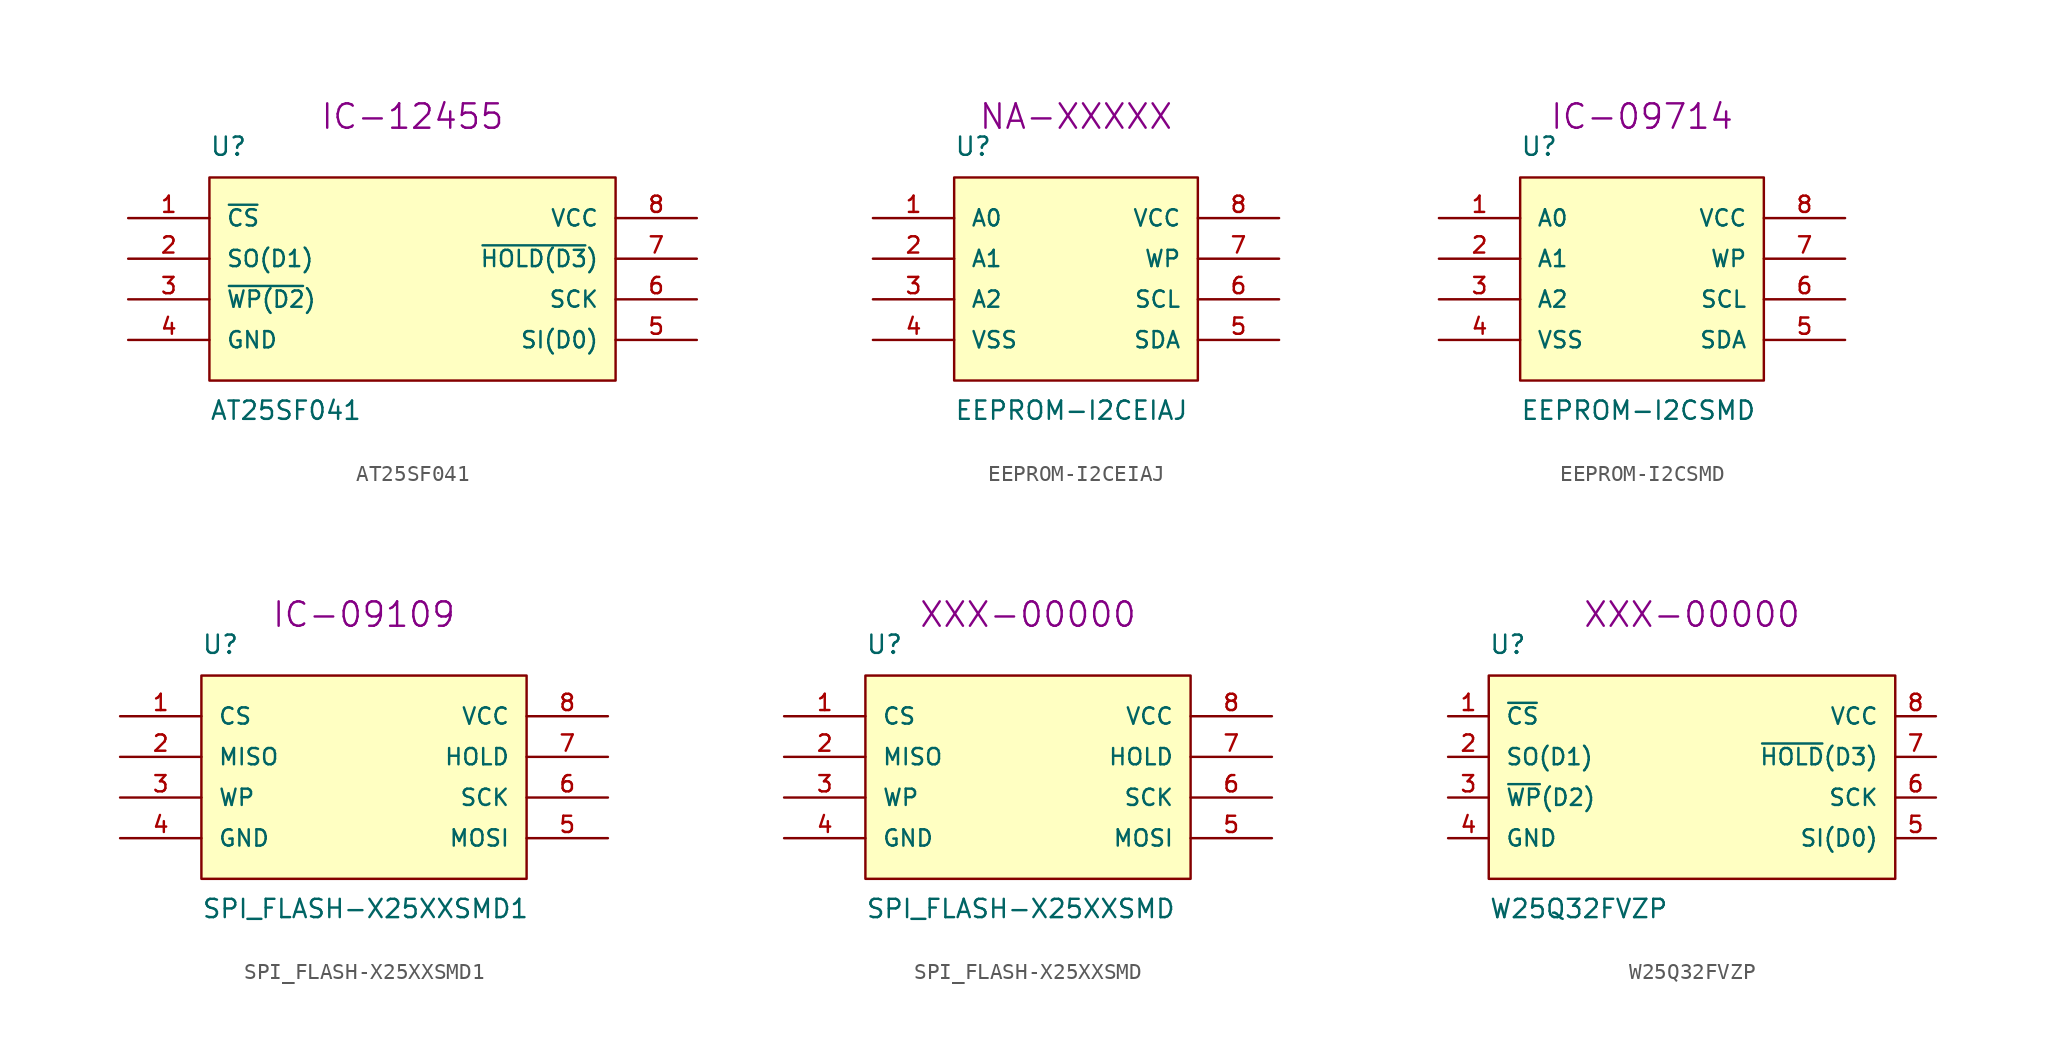
<source format=kicad_sym>
(kicad_symbol_lib
  (version 20211014)
  (generator kicad_symbol_editor)
  (symbol "AT25SF041"
    (pin_names
      (offset 1.016))
    (property "Reference" "U"
      (at -12.7 7.62 0)
      (effects (font (size 1.143 1.143)) (justify left bottom)))
    (property "Value" "AT25SF041"
      (at -12.7 -8.89 0)
      (effects (font (size 1.143 1.143)) (justify left bottom)))
    (property "Field4" "IC-12455"
      (at 0 10.16 0)
      (effects (font (size 1.524 1.524))))
    (property "ki_locked" ""
      (at 0 0 0)
      (effects (font (size 1.27 1.27))))
    (symbol "AT25SF041_1_1"
      (polyline (pts (xy -12.7 -6.35) (xy -12.7 6.35) (xy 12.7 6.35) (xy 12.7 -6.35) (xy -12.7 -6.35)) (stroke (width 0) (type default) (color 0 0 0 0)) (fill (type background)))
      (pin bidirectional line (at -17.78 3.81 0) (length 5.08) (name "~{CS}" (effects (font (size 1.016 1.016)))) (number "1" (effects (font (size 1.016 1.016)))))
      (pin bidirectional line (at -17.78 1.27 0) (length 5.08) (name "SO(D1)" (effects (font (size 1.016 1.016)))) (number "2" (effects (font (size 1.016 1.016)))))
      (pin bidirectional line (at -17.78 -1.27 0) (length 5.08) (name "~{WP(D2})" (effects (font (size 1.016 1.016)))) (number "3" (effects (font (size 1.016 1.016)))))
      (pin bidirectional line (at -17.78 -3.81 0) (length 5.08) (name "GND" (effects (font (size 1.016 1.016)))) (number "4" (effects (font (size 1.016 1.016)))))
      (pin bidirectional line (at 17.78 -3.81 180) (length 5.08) (name "SI(D0)" (effects (font (size 1.016 1.016)))) (number "5" (effects (font (size 1.016 1.016)))))
      (pin bidirectional line (at 17.78 -1.27 180) (length 5.08) (name "SCK" (effects (font (size 1.016 1.016)))) (number "6" (effects (font (size 1.016 1.016)))))
      (pin bidirectional line (at 17.78 1.27 180) (length 5.08) (name "~{HOLD(D3})" (effects (font (size 1.016 1.016)))) (number "7" (effects (font (size 1.016 1.016)))))
      (pin bidirectional line (at 17.78 3.81 180) (length 5.08) (name "VCC" (effects (font (size 1.016 1.016)))) (number "8" (effects (font (size 1.016 1.016)))))))
  (symbol "EEPROM-I2CEIAJ"
    (pin_names
      (offset 1.016))
    (property "Reference" "U"
      (at -7.62 7.62 0)
      (effects (font (size 1.143 1.143)) (justify left bottom)))
    (property "Value" "EEPROM-I2CEIAJ"
      (at -7.62 -8.89 0)
      (effects (font (size 1.143 1.143)) (justify left bottom)))
    (property "Field4" "NA-XXXXX"
      (at 0 10.16 0)
      (effects (font (size 1.524 1.524))))
    (property "ki_locked" ""
      (at 0 0 0)
      (effects (font (size 1.27 1.27))))
    (symbol "EEPROM-I2CEIAJ_1_1"
      (polyline (pts (xy 7.62 -6.35) (xy -7.62 -6.35) (xy -7.62 6.35) (xy 7.62 6.35) (xy 7.62 -6.35)) (stroke (width 0) (type default) (color 0 0 0 0)) (fill (type background)))
      (pin bidirectional line (at -12.7 3.81 0) (length 5.08) (name "A0" (effects (font (size 1.016 1.016)))) (number "1" (effects (font (size 1.016 1.016)))))
      (pin bidirectional line (at -12.7 1.27 0) (length 5.08) (name "A1" (effects (font (size 1.016 1.016)))) (number "2" (effects (font (size 1.016 1.016)))))
      (pin bidirectional line (at -12.7 -1.27 0) (length 5.08) (name "A2" (effects (font (size 1.016 1.016)))) (number "3" (effects (font (size 1.016 1.016)))))
      (pin power_in line (at -12.7 -3.81 0) (length 5.08) (name "VSS" (effects (font (size 1.016 1.016)))) (number "4" (effects (font (size 1.016 1.016)))))
      (pin bidirectional line (at 12.7 -3.81 180) (length 5.08) (name "SDA" (effects (font (size 1.016 1.016)))) (number "5" (effects (font (size 1.016 1.016)))))
      (pin bidirectional line (at 12.7 -1.27 180) (length 5.08) (name "SCL" (effects (font (size 1.016 1.016)))) (number "6" (effects (font (size 1.016 1.016)))))
      (pin bidirectional line (at 12.7 1.27 180) (length 5.08) (name "WP" (effects (font (size 1.016 1.016)))) (number "7" (effects (font (size 1.016 1.016)))))
      (pin power_in line (at 12.7 3.81 180) (length 5.08) (name "VCC" (effects (font (size 1.016 1.016)))) (number "8" (effects (font (size 1.016 1.016)))))))
  (symbol "EEPROM-I2CSMD"
    (pin_names
      (offset 1.016))
    (property "Reference" "U"
      (at -7.62 7.62 0)
      (effects (font (size 1.143 1.143)) (justify left bottom)))
    (property "Value" "EEPROM-I2CSMD"
      (at -7.62 -8.89 0)
      (effects (font (size 1.143 1.143)) (justify left bottom)))
    (property "Field4" "IC-09714"
      (at 0 10.16 0)
      (effects (font (size 1.524 1.524))))
    (property "ki_locked" ""
      (at 0 0 0)
      (effects (font (size 1.27 1.27))))
    (symbol "EEPROM-I2CSMD_1_1"
      (polyline (pts (xy 7.62 -6.35) (xy -7.62 -6.35) (xy -7.62 6.35) (xy 7.62 6.35) (xy 7.62 -6.35)) (stroke (width 0) (type default) (color 0 0 0 0)) (fill (type background)))
      (pin bidirectional line (at -12.7 3.81 0) (length 5.08) (name "A0" (effects (font (size 1.016 1.016)))) (number "1" (effects (font (size 1.016 1.016)))))
      (pin bidirectional line (at -12.7 1.27 0) (length 5.08) (name "A1" (effects (font (size 1.016 1.016)))) (number "2" (effects (font (size 1.016 1.016)))))
      (pin bidirectional line (at -12.7 -1.27 0) (length 5.08) (name "A2" (effects (font (size 1.016 1.016)))) (number "3" (effects (font (size 1.016 1.016)))))
      (pin power_in line (at -12.7 -3.81 0) (length 5.08) (name "VSS" (effects (font (size 1.016 1.016)))) (number "4" (effects (font (size 1.016 1.016)))))
      (pin bidirectional line (at 12.7 -3.81 180) (length 5.08) (name "SDA" (effects (font (size 1.016 1.016)))) (number "5" (effects (font (size 1.016 1.016)))))
      (pin bidirectional line (at 12.7 -1.27 180) (length 5.08) (name "SCL" (effects (font (size 1.016 1.016)))) (number "6" (effects (font (size 1.016 1.016)))))
      (pin bidirectional line (at 12.7 1.27 180) (length 5.08) (name "WP" (effects (font (size 1.016 1.016)))) (number "7" (effects (font (size 1.016 1.016)))))
      (pin power_in line (at 12.7 3.81 180) (length 5.08) (name "VCC" (effects (font (size 1.016 1.016)))) (number "8" (effects (font (size 1.016 1.016)))))))
  (symbol "SPI_FLASH-X25XXSMD1"
    (pin_names
      (offset 1.016))
    (property "Reference" "U"
      (at -10.16 7.62 0)
      (effects (font (size 1.143 1.143)) (justify left bottom)))
    (property "Value" "SPI_FLASH-X25XXSMD1"
      (at -10.16 -8.89 0)
      (effects (font (size 1.143 1.143)) (justify left bottom)))
    (property "Field4" "IC-09109"
      (at 0 10.16 0)
      (effects (font (size 1.524 1.524))))
    (property "ki_locked" ""
      (at 0 0 0)
      (effects (font (size 1.27 1.27))))
    (symbol "SPI_FLASH-X25XXSMD1_1_1"
      (polyline (pts (xy -10.16 6.35) (xy -10.16 -6.35) (xy 10.16 -6.35) (xy 10.16 6.35) (xy -10.16 6.35)) (stroke (width 0) (type default) (color 0 0 0 0)) (fill (type background)))
      (pin bidirectional line (at -15.24 3.81 0) (length 5.08) (name "CS" (effects (font (size 1.016 1.016)))) (number "1" (effects (font (size 1.016 1.016)))))
      (pin bidirectional line (at -15.24 1.27 0) (length 5.08) (name "MISO" (effects (font (size 1.016 1.016)))) (number "2" (effects (font (size 1.016 1.016)))))
      (pin bidirectional line (at -15.24 -1.27 0) (length 5.08) (name "WP" (effects (font (size 1.016 1.016)))) (number "3" (effects (font (size 1.016 1.016)))))
      (pin power_in line (at -15.24 -3.81 0) (length 5.08) (name "GND" (effects (font (size 1.016 1.016)))) (number "4" (effects (font (size 1.016 1.016)))))
      (pin bidirectional line (at 15.24 -3.81 180) (length 5.08) (name "MOSI" (effects (font (size 1.016 1.016)))) (number "5" (effects (font (size 1.016 1.016)))))
      (pin bidirectional line (at 15.24 -1.27 180) (length 5.08) (name "SCK" (effects (font (size 1.016 1.016)))) (number "6" (effects (font (size 1.016 1.016)))))
      (pin bidirectional line (at 15.24 1.27 180) (length 5.08) (name "HOLD" (effects (font (size 1.016 1.016)))) (number "7" (effects (font (size 1.016 1.016)))))
      (pin power_in line (at 15.24 3.81 180) (length 5.08) (name "VCC" (effects (font (size 1.016 1.016)))) (number "8" (effects (font (size 1.016 1.016)))))))
  (symbol "SPI_FLASH-X25XXSMD"
    (pin_names
      (offset 1.016))
    (property "Reference" "U"
      (at -10.16 7.62 0)
      (effects (font (size 1.143 1.143)) (justify left bottom)))
    (property "Value" "SPI_FLASH-X25XXSMD"
      (at -10.16 -8.89 0)
      (effects (font (size 1.143 1.143)) (justify left bottom)))
    (property "Field4" "XXX-00000"
      (at 0 10.16 0)
      (effects (font (size 1.524 1.524))))
    (property "ki_locked" ""
      (at 0 0 0)
      (effects (font (size 1.27 1.27))))
    (symbol "SPI_FLASH-X25XXSMD_1_1"
      (polyline (pts (xy -10.16 6.35) (xy -10.16 -6.35) (xy 10.16 -6.35) (xy 10.16 6.35) (xy -10.16 6.35)) (stroke (width 0) (type default) (color 0 0 0 0)) (fill (type background)))
      (pin bidirectional line (at -15.24 3.81 0) (length 5.08) (name "CS" (effects (font (size 1.016 1.016)))) (number "1" (effects (font (size 1.016 1.016)))))
      (pin bidirectional line (at -15.24 1.27 0) (length 5.08) (name "MISO" (effects (font (size 1.016 1.016)))) (number "2" (effects (font (size 1.016 1.016)))))
      (pin bidirectional line (at -15.24 -1.27 0) (length 5.08) (name "WP" (effects (font (size 1.016 1.016)))) (number "3" (effects (font (size 1.016 1.016)))))
      (pin power_in line (at -15.24 -3.81 0) (length 5.08) (name "GND" (effects (font (size 1.016 1.016)))) (number "4" (effects (font (size 1.016 1.016)))))
      (pin bidirectional line (at 15.24 -3.81 180) (length 5.08) (name "MOSI" (effects (font (size 1.016 1.016)))) (number "5" (effects (font (size 1.016 1.016)))))
      (pin bidirectional line (at 15.24 -1.27 180) (length 5.08) (name "SCK" (effects (font (size 1.016 1.016)))) (number "6" (effects (font (size 1.016 1.016)))))
      (pin bidirectional line (at 15.24 1.27 180) (length 5.08) (name "HOLD" (effects (font (size 1.016 1.016)))) (number "7" (effects (font (size 1.016 1.016)))))
      (pin power_in line (at 15.24 3.81 180) (length 5.08) (name "VCC" (effects (font (size 1.016 1.016)))) (number "8" (effects (font (size 1.016 1.016)))))))
  (symbol "W25Q32FVZP"
    (pin_names
      (offset 1.016))
    (property "Reference" "U"
      (at -12.7 7.62 0)
      (effects (font (size 1.143 1.143)) (justify left bottom)))
    (property "Value" "W25Q32FVZP"
      (at -12.7 -8.89 0)
      (effects (font (size 1.143 1.143)) (justify left bottom)))
    (property "Field4" "XXX-00000"
      (at 0 10.16 0)
      (effects (font (size 1.524 1.524))))
    (property "ki_locked" ""
      (at 0 0 0)
      (effects (font (size 1.27 1.27))))
    (symbol "W25Q32FVZP_1_1"
      (polyline (pts (xy -12.7 -6.35) (xy -12.7 6.35) (xy 12.7 6.35) (xy 12.7 -6.35) (xy -12.7 -6.35)) (stroke (width 0) (type default) (color 0 0 0 0)) (fill (type background)))
      (pin bidirectional line (at -15.24 3.81 0) (length 2.54) (name "~{CS}" (effects (font (size 1.016 1.016)))) (number "1" (effects (font (size 1.016 1.016)))))
      (pin bidirectional line (at -15.24 1.27 0) (length 2.54) (name "SO(D1)" (effects (font (size 1.016 1.016)))) (number "2" (effects (font (size 1.016 1.016)))))
      (pin bidirectional line (at -15.24 -1.27 0) (length 2.54) (name "~{WP}(D2)" (effects (font (size 1.016 1.016)))) (number "3" (effects (font (size 1.016 1.016)))))
      (pin bidirectional line (at -15.24 -3.81 0) (length 2.54) (name "GND" (effects (font (size 1.016 1.016)))) (number "4" (effects (font (size 1.016 1.016)))))
      (pin bidirectional line (at 15.24 -3.81 180) (length 2.54) (name "SI(D0)" (effects (font (size 1.016 1.016)))) (number "5" (effects (font (size 1.016 1.016)))))
      (pin bidirectional line (at 15.24 -1.27 180) (length 2.54) (name "SCK" (effects (font (size 1.016 1.016)))) (number "6" (effects (font (size 1.016 1.016)))))
      (pin bidirectional line (at 15.24 1.27 180) (length 2.54) (name "~{HOLD}(D3)" (effects (font (size 1.016 1.016)))) (number "7" (effects (font (size 1.016 1.016)))))
      (pin bidirectional line (at 15.24 3.81 180) (length 2.54) (name "VCC" (effects (font (size 1.016 1.016)))) (number "8" (effects (font (size 1.016 1.016))))))))
</source>
